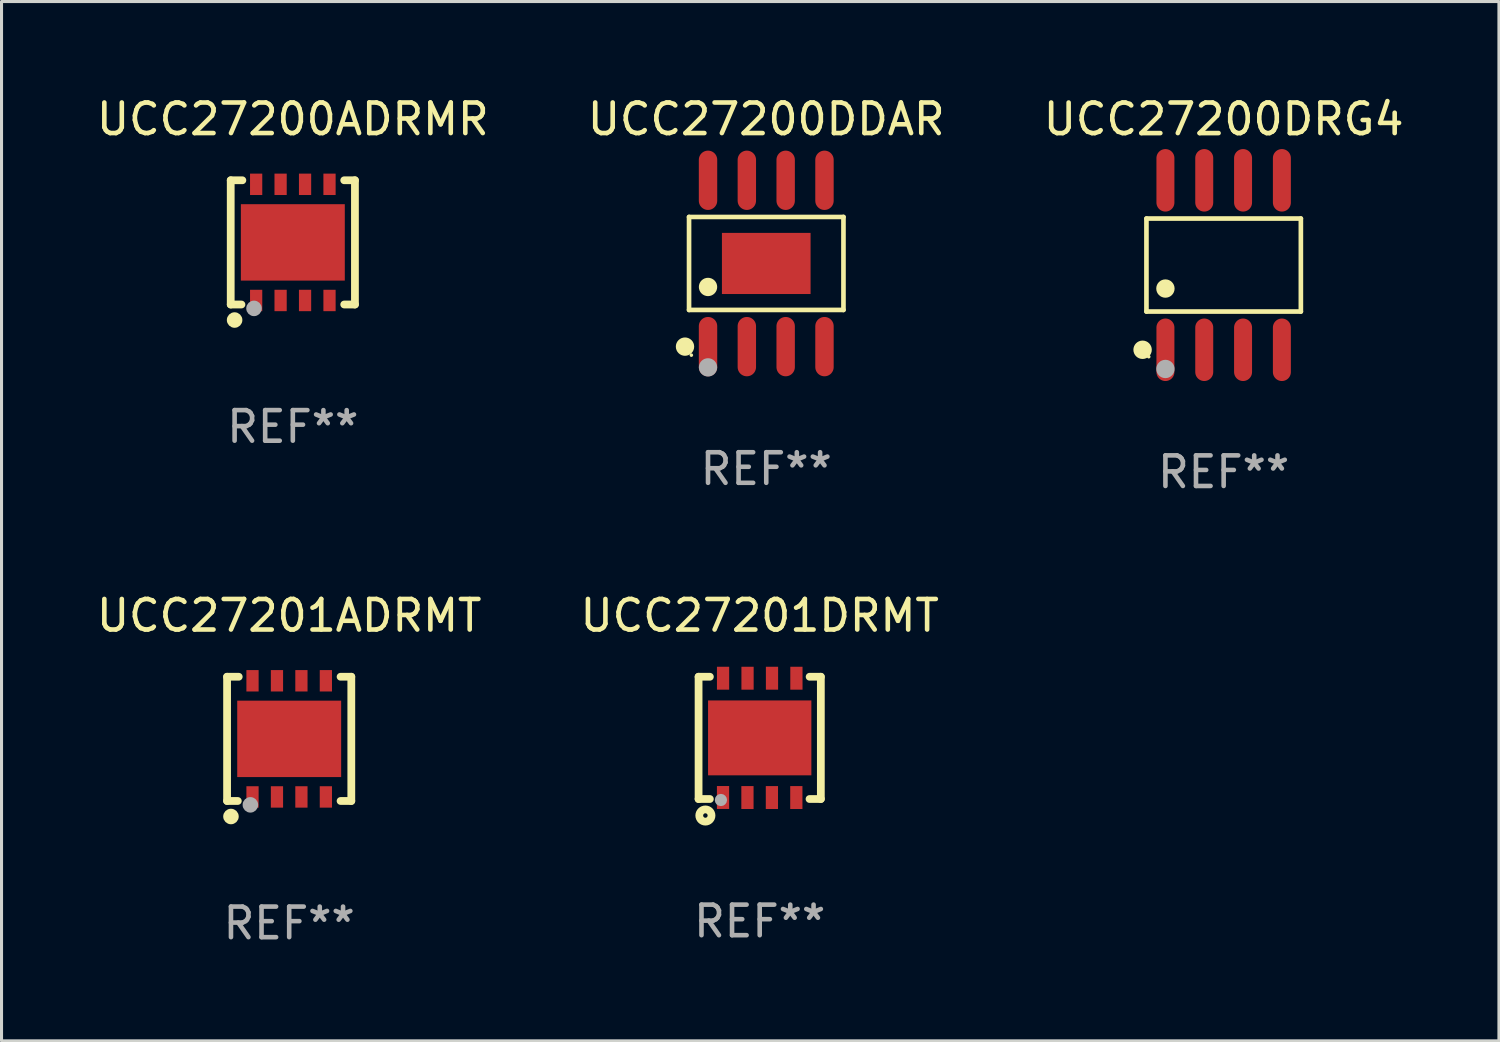
<source format=kicad_pcb>
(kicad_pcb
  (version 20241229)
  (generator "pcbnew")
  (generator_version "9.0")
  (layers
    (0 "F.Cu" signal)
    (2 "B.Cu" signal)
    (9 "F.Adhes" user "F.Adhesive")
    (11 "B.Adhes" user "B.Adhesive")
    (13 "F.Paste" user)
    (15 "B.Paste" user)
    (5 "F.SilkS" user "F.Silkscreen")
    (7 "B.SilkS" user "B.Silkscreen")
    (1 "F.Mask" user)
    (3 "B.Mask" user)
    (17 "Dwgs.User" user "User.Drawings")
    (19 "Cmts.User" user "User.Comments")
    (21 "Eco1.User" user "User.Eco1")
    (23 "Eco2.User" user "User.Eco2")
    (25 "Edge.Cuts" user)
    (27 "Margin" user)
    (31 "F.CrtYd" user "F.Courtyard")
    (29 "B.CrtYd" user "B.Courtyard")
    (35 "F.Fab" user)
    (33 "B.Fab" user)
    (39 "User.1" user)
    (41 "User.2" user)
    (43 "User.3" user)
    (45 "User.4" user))
  (footprint "UCC27200DDAR"
    (layer "F.Cu")
    (at 22.018 5.569)
    (property "Reference" "UCC27200DDAR" (at 0 -4.721 0) (layer "F.SilkS") (effects (font (size 1 1) (thickness 0.15))))
    (attr through_hole)
    (fp_line (start -2.526 -1.521) (end 2.526 -1.521) (stroke (width 0.152) (type solid)) (layer "F.SilkS"))
    (fp_line (start -2.526 1.521) (end -2.526 -1.521) (stroke (width 0.152) (type solid)) (layer "F.SilkS"))
    (fp_line (start 2.526 -1.521) (end 2.526 1.521) (stroke (width 0.152) (type solid)) (layer "F.SilkS"))
    (fp_line (start 2.526 1.521) (end -2.526 1.521) (stroke (width 0.152) (type solid)) (layer "F.SilkS"))
    (fp_circle (center -2.658 2.721) (end -2.508 2.721) (stroke (width 0.3) (type solid)) (fill no) (layer "F.SilkS"))
    (fp_circle (center -2.45 3) (end -2.42 3) (stroke (width 0.06) (type solid)) (fill no) (layer "F.SilkS"))
    (fp_circle (center -1.905 0.769) (end -1.755 0.769) (stroke (width 0.3) (type solid)) (fill no) (layer "F.SilkS"))
    (fp_circle (center -1.905 3.4) (end -1.755 3.4) (stroke (width 0.3) (type solid)) (fill no) (layer "F.Fab"))
    (fp_text user "REF**" (at 0 6.721 0) (layer "F.Fab") (effects (font (size 1 1) (thickness 0.15))))
    (pad "1" smd oval (at -1.905 2.721) (size 0.602 1.941) (layers "F.Cu" "F.Mask" "F.Paste"))
    (pad "2" smd oval (at -0.635 2.721) (size 0.602 1.941) (layers "F.Cu" "F.Mask" "F.Paste"))
    (pad "3" smd oval (at 0.635 2.721) (size 0.602 1.941) (layers "F.Cu" "F.Mask" "F.Paste"))
    (pad "4" smd oval (at 1.905 2.721) (size 0.602 1.941) (layers "F.Cu" "F.Mask" "F.Paste"))
    (pad "5" smd oval (at 1.905 -2.721) (size 0.602 1.941) (layers "F.Cu" "F.Mask" "F.Paste"))
    (pad "6" smd oval (at 0.635 -2.721) (size 0.602 1.941) (layers "F.Cu" "F.Mask" "F.Paste"))
    (pad "7" smd oval (at -0.635 -2.721) (size 0.602 1.941) (layers "F.Cu" "F.Mask" "F.Paste"))
    (pad "8" smd oval (at -1.905 -2.721) (size 0.602 1.941) (layers "F.Cu" "F.Mask" "F.Paste"))
    (pad "9" smd rect (at 0 0) (size 2.9 2) (layers "F.Cu" "F.Mask" "F.Paste")))
  (footprint "UCC27201DRMT"
    (layer "F.Cu")
    (at 21.804 21.09)
    (property "Reference" "UCC27201DRMT" (at 0 -4 0) (layer "F.SilkS") (effects (font (size 1 1) (thickness 0.15))))
    (attr through_hole)
    (fp_line (start -2 -2) (end -1.63 -2) (stroke (width 0.254) (type solid)) (layer "F.SilkS"))
    (fp_line (start -2 2) (end -2 -2) (stroke (width 0.254) (type solid)) (layer "F.SilkS"))
    (fp_line (start -2 2) (end -1.631 2) (stroke (width 0.254) (type solid)) (layer "F.SilkS"))
    (fp_line (start 1.63 2) (end 2 2) (stroke (width 0.254) (type solid)) (layer "F.SilkS"))
    (fp_line (start 1.633 -2) (end 2 -2) (stroke (width 0.254) (type solid)) (layer "F.SilkS"))
    (fp_line (start 2 2) (end 2 -2) (stroke (width 0.254) (type solid)) (layer "F.SilkS"))
    (fp_circle (center -1.999 2) (end -1.969 2) (stroke (width 0.06) (type solid)) (fill no) (layer "F.SilkS"))
    (fp_circle (center -1.777 2.54) (end -1.577 2.54) (stroke (width 0.254) (type solid)) (fill no) (layer "F.SilkS"))
    (fp_circle (center -1.269 2.032) (end -1.169 2.032) (stroke (width 0.2) (type solid)) (fill no) (layer "F.Fab"))
    (fp_text user "REF**" (at 0 6 0) (layer "F.Fab") (effects (font (size 1 1) (thickness 0.15))))
    (pad "1" smd rect (at -1.2 1.95) (size 0.4 0.75) (layers "F.Cu" "F.Mask" "F.Paste"))
    (pad "2" smd rect (at -0.401 1.952) (size 0.4 0.75) (layers "F.Cu" "F.Mask" "F.Paste"))
    (pad "3" smd rect (at 0.399 1.952) (size 0.4 0.75) (layers "F.Cu" "F.Mask" "F.Paste"))
    (pad "4" smd rect (at 1.198 1.952) (size 0.4 0.75) (layers "F.Cu" "F.Mask" "F.Paste"))
    (pad "5" smd rect (at 1.201 -1.952) (size 0.4 0.75) (layers "F.Cu" "F.Mask" "F.Paste"))
    (pad "6" smd rect (at 0.402 -1.952) (size 0.4 0.75) (layers "F.Cu" "F.Mask" "F.Paste"))
    (pad "7" smd rect (at -0.398 -1.952) (size 0.4 0.75) (layers "F.Cu" "F.Mask" "F.Paste"))
    (pad "8" smd rect (at -1.199 -1.952) (size 0.4 0.75) (layers "F.Cu" "F.Mask" "F.Paste"))
    (pad "9" smd rect (at 0.000076 0.000076) (size 3.38 2.45) (layers "F.Cu" "F.Mask" "F.Paste")))
  (footprint "UCC27200ADRMR"
    (layer "F.Cu")
    (at 6.53 4.88)
    (property "Reference" "UCC27200ADRMR" (at 0 -4.032 0) (layer "F.SilkS") (effects (font (size 1 1) (thickness 0.15))))
    (attr through_hole)
    (fp_line (start -2.032 -2.032) (end -2.032 2.032) (stroke (width 0.254) (type solid)) (layer "F.SilkS"))
    (fp_line (start -2.032 2.032) (end -1.681 2.032) (stroke (width 0.254) (type solid)) (layer "F.SilkS"))
    (fp_line (start -1.651 -2.032) (end -2.032 -2.032) (stroke (width 0.254) (type solid)) (layer "F.SilkS"))
    (fp_line (start 1.681 2.032) (end 2.032 2.032) (stroke (width 0.254) (type solid)) (layer "F.SilkS"))
    (fp_line (start 2.032 -2.032) (end 1.681 -2.032) (stroke (width 0.254) (type solid)) (layer "F.SilkS"))
    (fp_line (start 2.032 2.032) (end 2.032 -2.032) (stroke (width 0.254) (type solid)) (layer "F.SilkS"))
    (fp_circle (center -2 2) (end -1.97 2) (stroke (width 0.06) (type solid)) (fill no) (layer "F.SilkS"))
    (fp_circle (center -1.905 2.54) (end -1.778 2.54) (stroke (width 0.254) (type solid)) (fill no) (layer "F.SilkS"))
    (fp_circle (center -1.27 2.159) (end -1.143 2.159) (stroke (width 0.254) (type solid)) (fill no) (layer "F.Fab"))
    (fp_text user "REF**" (at 0 6.032 0) (layer "F.Fab") (effects (font (size 1 1) (thickness 0.15))))
    (pad "1" smd rect (at -1.2 1.9 90) (size 0.7 0.4) (layers "F.Cu" "F.Mask" "F.Paste"))
    (pad "2" smd rect (at -0.4 1.9 90) (size 0.7 0.4) (layers "F.Cu" "F.Mask" "F.Paste"))
    (pad "3" smd rect (at 0.4 1.9 90) (size 0.7 0.4) (layers "F.Cu" "F.Mask" "F.Paste"))
    (pad "4" smd rect (at 1.2 1.9 90) (size 0.7 0.4) (layers "F.Cu" "F.Mask" "F.Paste"))
    (pad "5" smd rect (at 1.2 -1.9 90) (size 0.7 0.4) (layers "F.Cu" "F.Mask" "F.Paste"))
    (pad "6" smd rect (at 0.4 -1.9 90) (size 0.7 0.4) (layers "F.Cu" "F.Mask" "F.Paste"))
    (pad "7" smd rect (at -0.4 -1.9 90) (size 0.7 0.4) (layers "F.Cu" "F.Mask" "F.Paste"))
    (pad "8" smd rect (at -1.2 -1.9 90) (size 0.7 0.4) (layers "F.Cu" "F.Mask" "F.Paste"))
    (pad "9" smd rect (at 0.000051 0 90) (size 2.5 3.4) (layers "F.Cu" "F.Mask" "F.Paste")))
  (footprint "UCC27201ADRMT"
    (layer "F.Cu")
    (at 6.411 21.122)
    (property "Reference" "UCC27201ADRMT" (at 0 -4.032 0) (layer "F.SilkS") (effects (font (size 1 1) (thickness 0.15))))
    (attr through_hole)
    (fp_line (start -2.032 -2.032) (end -2.032 2.032) (stroke (width 0.254) (type solid)) (layer "F.SilkS"))
    (fp_line (start -2.032 2.032) (end -1.681 2.032) (stroke (width 0.254) (type solid)) (layer "F.SilkS"))
    (fp_line (start -1.651 -2.032) (end -2.032 -2.032) (stroke (width 0.254) (type solid)) (layer "F.SilkS"))
    (fp_line (start 1.681 2.032) (end 2.032 2.032) (stroke (width 0.254) (type solid)) (layer "F.SilkS"))
    (fp_line (start 2.032 -2.032) (end 1.681 -2.032) (stroke (width 0.254) (type solid)) (layer "F.SilkS"))
    (fp_line (start 2.032 2.032) (end 2.032 -2.032) (stroke (width 0.254) (type solid)) (layer "F.SilkS"))
    (fp_circle (center -2 2) (end -1.97 2) (stroke (width 0.06) (type solid)) (fill no) (layer "F.SilkS"))
    (fp_circle (center -1.905 2.54) (end -1.778 2.54) (stroke (width 0.254) (type solid)) (fill no) (layer "F.SilkS"))
    (fp_circle (center -1.27 2.159) (end -1.143 2.159) (stroke (width 0.254) (type solid)) (fill no) (layer "F.Fab"))
    (fp_text user "REF**" (at 0 6.032 0) (layer "F.Fab") (effects (font (size 1 1) (thickness 0.15))))
    (pad "1" smd rect (at -1.2 1.9 90) (size 0.7 0.4) (layers "F.Cu" "F.Mask" "F.Paste"))
    (pad "2" smd rect (at -0.4 1.9 90) (size 0.7 0.4) (layers "F.Cu" "F.Mask" "F.Paste"))
    (pad "3" smd rect (at 0.4 1.9 90) (size 0.7 0.4) (layers "F.Cu" "F.Mask" "F.Paste"))
    (pad "4" smd rect (at 1.2 1.9 90) (size 0.7 0.4) (layers "F.Cu" "F.Mask" "F.Paste"))
    (pad "5" smd rect (at 1.2 -1.9 90) (size 0.7 0.4) (layers "F.Cu" "F.Mask" "F.Paste"))
    (pad "6" smd rect (at 0.4 -1.9 90) (size 0.7 0.4) (layers "F.Cu" "F.Mask" "F.Paste"))
    (pad "7" smd rect (at -0.4 -1.9 90) (size 0.7 0.4) (layers "F.Cu" "F.Mask" "F.Paste"))
    (pad "8" smd rect (at -1.2 -1.9 90) (size 0.7 0.4) (layers "F.Cu" "F.Mask" "F.Paste"))
    (pad "9" smd rect (at 0.000051 0 90) (size 2.5 3.4) (layers "F.Cu" "F.Mask" "F.Paste")))
  (footprint "UCC27200DRG4"
    (layer "F.Cu")
    (at 36.982 5.621)
    (property "Reference" "UCC27200DRG4" (at 0 -4.772 0) (layer "F.SilkS") (effects (font (size 1 1) (thickness 0.15))))
    (attr through_hole)
    (fp_line (start -2.526 -1.521) (end 2.526 -1.521) (stroke (width 0.152) (type solid)) (layer "F.SilkS"))
    (fp_line (start -2.526 1.521) (end -2.526 -1.521) (stroke (width 0.152) (type solid)) (layer "F.SilkS"))
    (fp_line (start 2.526 -1.521) (end 2.526 1.521) (stroke (width 0.152) (type solid)) (layer "F.SilkS"))
    (fp_line (start 2.526 1.521) (end -2.526 1.521) (stroke (width 0.152) (type solid)) (layer "F.SilkS"))
    (fp_circle (center -2.652 2.772) (end -2.501 2.772) (stroke (width 0.3) (type solid)) (fill no) (layer "F.SilkS"))
    (fp_circle (center -2.45 3) (end -2.42 3) (stroke (width 0.06) (type solid)) (fill no) (layer "F.SilkS"))
    (fp_circle (center -1.905 0.769) (end -1.755 0.769) (stroke (width 0.3) (type solid)) (fill no) (layer "F.SilkS"))
    (fp_circle (center -1.905 3.4) (end -1.755 3.4) (stroke (width 0.3) (type solid)) (fill no) (layer "F.Fab"))
    (fp_text user "REF**" (at 0 6.772 0) (layer "F.Fab") (effects (font (size 1 1) (thickness 0.15))))
    (pad "1" smd oval (at -1.905 2.772) (size 0.588 2.045) (layers "F.Cu" "F.Mask" "F.Paste"))
    (pad "2" smd oval (at -0.635 2.772) (size 0.588 2.045) (layers "F.Cu" "F.Mask" "F.Paste"))
    (pad "3" smd oval (at 0.635 2.772) (size 0.588 2.045) (layers "F.Cu" "F.Mask" "F.Paste"))
    (pad "4" smd oval (at 1.905 2.772) (size 0.588 2.045) (layers "F.Cu" "F.Mask" "F.Paste"))
    (pad "5" smd oval (at 1.905 -2.772) (size 0.588 2.045) (layers "F.Cu" "F.Mask" "F.Paste"))
    (pad "6" smd oval (at 0.635 -2.772) (size 0.588 2.045) (layers "F.Cu" "F.Mask" "F.Paste"))
    (pad "7" smd oval (at -0.635 -2.772) (size 0.588 2.045) (layers "F.Cu" "F.Mask" "F.Paste"))
    (pad "8" smd oval (at -1.905 -2.772) (size 0.588 2.045) (layers "F.Cu" "F.Mask" "F.Paste")))
  (gr_rect
    (start -3 -3)
    (end 45.988 31.002)
    (stroke (width 0.1) (type default))
    (fill no)
    (layer "Edge.Cuts")))
</source>
